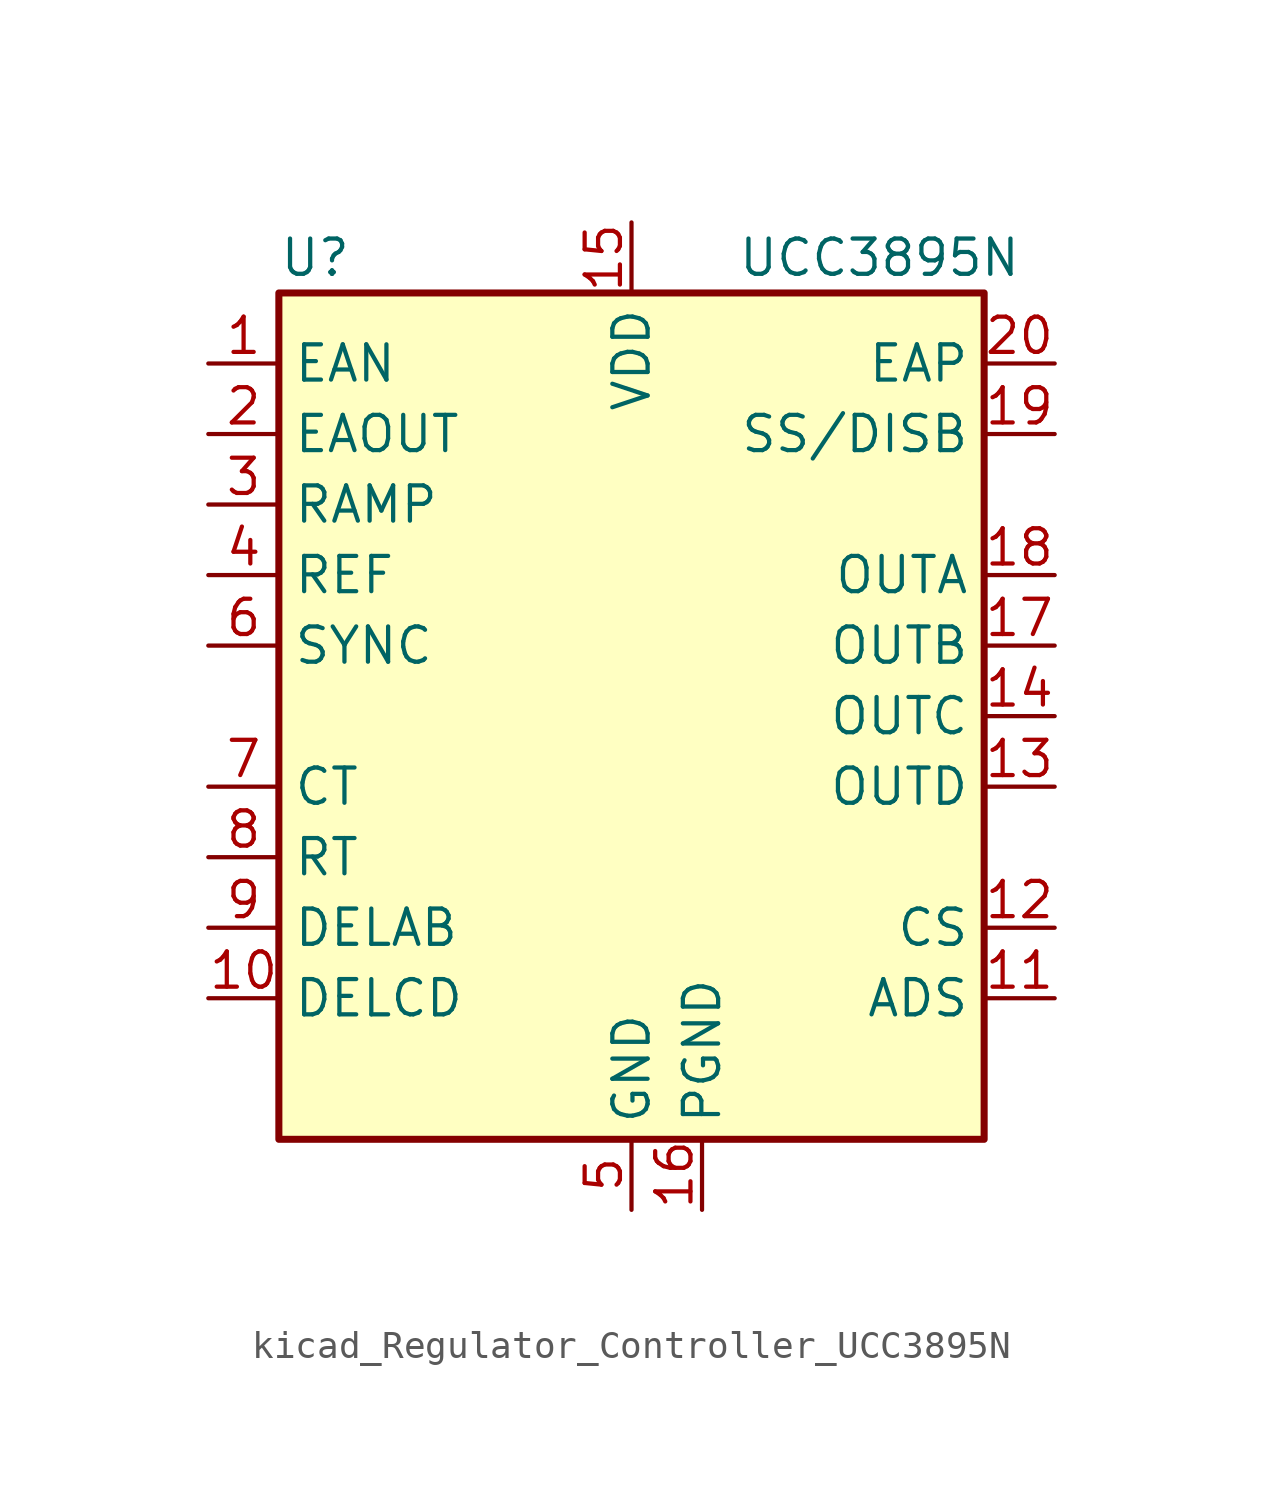
<source format=kicad_sym>
(kicad_symbol_lib
  (version 20220914)
  (generator kicad_symbol_editor)
  (symbol "kicad_Regulator_Controller_UCC3895N"
    (property "Reference" "U"
      (at -12.7 16.51 0)
      (effects (font (size 1.27 1.27)) (justify left)))
    (property "Value" "UCC3895N"
      (at 3.81 16.51 0)
      (effects (font (size 1.27 1.27)) (justify left)))
    (symbol "kicad_Regulator_Controller_UCC3895N_0_1"
      (rectangle (start -12.7 15.24) (end 12.7 -15.24) (stroke (width 0.254) (type default)) (fill (type background))))
    (symbol "kicad_Regulator_Controller_UCC3895N_1_1"
      (pin input line (at -15.24 12.7 0) (length 2.54) (name "EAN" (effects (font (size 1.27 1.27)))) (number "1" (effects (font (size 1.27 1.27)))))
      (pin passive line (at -15.24 -10.16 0) (length 2.54) (name "DELCD" (effects (font (size 1.27 1.27)))) (number "10" (effects (font (size 1.27 1.27)))))
      (pin input line (at 15.24 -10.16 180) (length 2.54) (name "ADS" (effects (font (size 1.27 1.27)))) (number "11" (effects (font (size 1.27 1.27)))))
      (pin input line (at 15.24 -7.62 180) (length 2.54) (name "CS" (effects (font (size 1.27 1.27)))) (number "12" (effects (font (size 1.27 1.27)))))
      (pin output line (at 15.24 -2.54 180) (length 2.54) (name "OUTD" (effects (font (size 1.27 1.27)))) (number "13" (effects (font (size 1.27 1.27)))))
      (pin output line (at 15.24 0 180) (length 2.54) (name "OUTC" (effects (font (size 1.27 1.27)))) (number "14" (effects (font (size 1.27 1.27)))))
      (pin power_in line (at 0 17.78 270) (length 2.54) (name "VDD" (effects (font (size 1.27 1.27)))) (number "15" (effects (font (size 1.27 1.27)))))
      (pin power_in line (at 2.54 -17.78 90) (length 2.54) (name "PGND" (effects (font (size 1.27 1.27)))) (number "16" (effects (font (size 1.27 1.27)))))
      (pin output line (at 15.24 2.54 180) (length 2.54) (name "OUTB" (effects (font (size 1.27 1.27)))) (number "17" (effects (font (size 1.27 1.27)))))
      (pin output line (at 15.24 5.08 180) (length 2.54) (name "OUTA" (effects (font (size 1.27 1.27)))) (number "18" (effects (font (size 1.27 1.27)))))
      (pin passive line (at 15.24 10.16 180) (length 2.54) (name "SS/DISB" (effects (font (size 1.27 1.27)))) (number "19" (effects (font (size 1.27 1.27)))))
      (pin bidirectional line (at -15.24 10.16 0) (length 2.54) (name "EAOUT" (effects (font (size 1.27 1.27)))) (number "2" (effects (font (size 1.27 1.27)))))
      (pin input line (at 15.24 12.7 180) (length 2.54) (name "EAP" (effects (font (size 1.27 1.27)))) (number "20" (effects (font (size 1.27 1.27)))))
      (pin input line (at -15.24 7.62 0) (length 2.54) (name "RAMP" (effects (font (size 1.27 1.27)))) (number "3" (effects (font (size 1.27 1.27)))))
      (pin output line (at -15.24 5.08 0) (length 2.54) (name "REF" (effects (font (size 1.27 1.27)))) (number "4" (effects (font (size 1.27 1.27)))))
      (pin power_in line (at 0 -17.78 90) (length 2.54) (name "GND" (effects (font (size 1.27 1.27)))) (number "5" (effects (font (size 1.27 1.27)))))
      (pin bidirectional line (at -15.24 2.54 0) (length 2.54) (name "SYNC" (effects (font (size 1.27 1.27)))) (number "6" (effects (font (size 1.27 1.27)))))
      (pin passive line (at -15.24 -2.54 0) (length 2.54) (name "CT" (effects (font (size 1.27 1.27)))) (number "7" (effects (font (size 1.27 1.27)))))
      (pin passive line (at -15.24 -5.08 0) (length 2.54) (name "RT" (effects (font (size 1.27 1.27)))) (number "8" (effects (font (size 1.27 1.27)))))
      (pin passive line (at -15.24 -7.62 0) (length 2.54) (name "DELAB" (effects (font (size 1.27 1.27)))) (number "9" (effects (font (size 1.27 1.27))))))))
</source>
